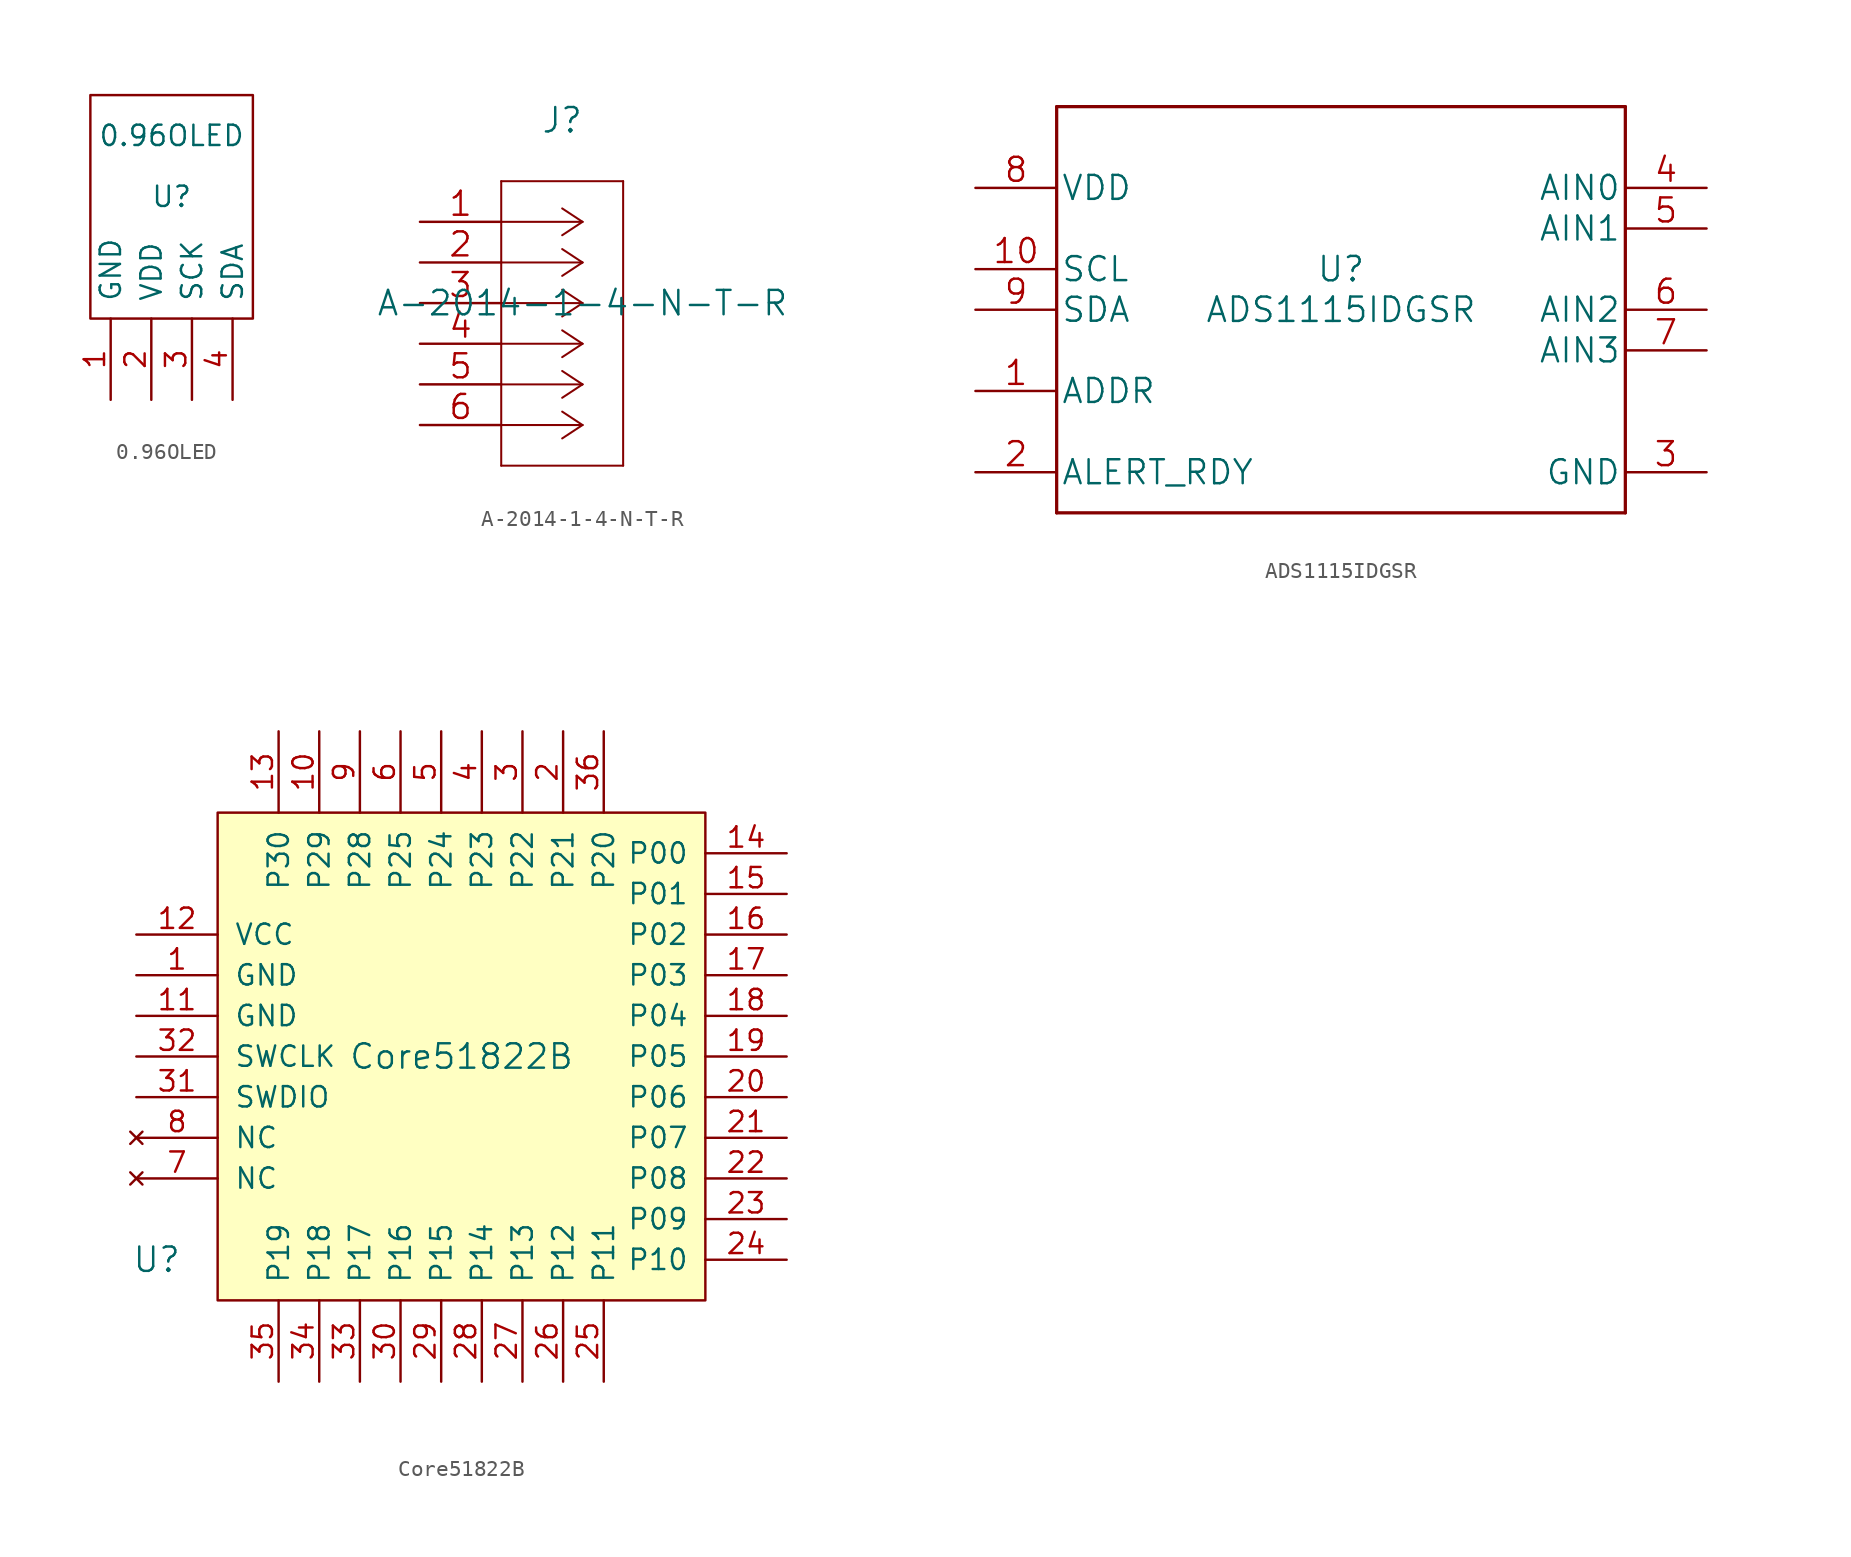
<source format=kicad_sym>
(kicad_symbol_lib
  (version 20220914)
  (generator kicad_symbol_editor)
  (symbol "0.96OLED"
    (pin_names
      (offset 1.016))
    (property "Reference" "U"
      (at 0 3.81 0)
      (effects (font (size 1.27 1.27))))
    (property "Value" "0.96OLED"
      (at 0 7.62 0)
      (effects (font (size 1.27 1.27))))
    (symbol "0.96OLED_0_1"
      (polyline (pts (xy -5.08 -3.81) (xy 5.08 -3.81) (xy 5.08 10.16) (xy -5.08 10.16) (xy -5.08 -3.81)) (stroke (width 0) (type solid)) (fill (type none))))
    (symbol "0.96OLED_1_1"
      (pin power_in line (at -3.81 -8.89 90) (length 5.08) (name "GND" (effects (font (size 1.27 1.27)))) (number "1" (effects (font (size 1.27 1.27)))))
      (pin power_in line (at -1.27 -8.89 90) (length 5.08) (name "VDD" (effects (font (size 1.27 1.27)))) (number "2" (effects (font (size 1.27 1.27)))))
      (pin bidirectional line (at 1.27 -8.89 90) (length 5.08) (name "SCK" (effects (font (size 1.27 1.27)))) (number "3" (effects (font (size 1.27 1.27)))))
      (pin bidirectional line (at 3.81 -8.89 90) (length 5.08) (name "SDA" (effects (font (size 1.27 1.27)))) (number "4" (effects (font (size 1.27 1.27)))))))
  (symbol "A-2014-1-4-N-T-R"
    (pin_names
      (offset 0.254) hide)
    (property "Reference" "J"
      (at 8.89 6.35 0)
      (effects (font (size 1.524 1.524))))
    (property "Value" "A-2014-1-4-N-T-R"
      (at 10.16 -5.08 0)
      (effects (font (size 1.524 1.524))))
    (property "Datasheet" ""
      (at 0 0 0)
      (effects (font (size 1.524 1.524))))
    (property "ki_locked" ""
      (at 0 0 0)
      (effects (font (size 1.27 1.27))))
    (symbol "A-2014-1-4-N-T-R_1_1"
      (polyline (pts (xy 5.08 -15.24) (xy 12.7 -15.24)) (stroke (width 0.127) (type solid)) (fill (type none)))
      (polyline (pts (xy 5.08 2.54) (xy 5.08 -15.24)) (stroke (width 0.127) (type solid)) (fill (type none)))
      (polyline (pts (xy 10.16 -12.7) (xy 5.08 -12.7)) (stroke (width 0.127) (type solid)) (fill (type none)))
      (polyline (pts (xy 10.16 -12.7) (xy 8.89 -13.538)) (stroke (width 0.127) (type solid)) (fill (type none)))
      (polyline (pts (xy 10.16 -12.7) (xy 8.89 -11.862)) (stroke (width 0.127) (type solid)) (fill (type none)))
      (polyline (pts (xy 10.16 -10.16) (xy 5.08 -10.16)) (stroke (width 0.127) (type solid)) (fill (type none)))
      (polyline (pts (xy 10.16 -10.16) (xy 8.89 -10.998)) (stroke (width 0.127) (type solid)) (fill (type none)))
      (polyline (pts (xy 10.16 -10.16) (xy 8.89 -9.322)) (stroke (width 0.127) (type solid)) (fill (type none)))
      (polyline (pts (xy 10.16 -7.62) (xy 5.08 -7.62)) (stroke (width 0.127) (type solid)) (fill (type none)))
      (polyline (pts (xy 10.16 -7.62) (xy 8.89 -8.458)) (stroke (width 0.127) (type solid)) (fill (type none)))
      (polyline (pts (xy 10.16 -7.62) (xy 8.89 -6.782)) (stroke (width 0.127) (type solid)) (fill (type none)))
      (polyline (pts (xy 10.16 -5.08) (xy 5.08 -5.08)) (stroke (width 0.127) (type solid)) (fill (type none)))
      (polyline (pts (xy 10.16 -5.08) (xy 8.89 -5.918)) (stroke (width 0.127) (type solid)) (fill (type none)))
      (polyline (pts (xy 10.16 -5.08) (xy 8.89 -4.242)) (stroke (width 0.127) (type solid)) (fill (type none)))
      (polyline (pts (xy 10.16 -2.54) (xy 5.08 -2.54)) (stroke (width 0.127) (type solid)) (fill (type none)))
      (polyline (pts (xy 10.16 -2.54) (xy 8.89 -3.378)) (stroke (width 0.127) (type solid)) (fill (type none)))
      (polyline (pts (xy 10.16 -2.54) (xy 8.89 -1.702)) (stroke (width 0.127) (type solid)) (fill (type none)))
      (polyline (pts (xy 10.16 0) (xy 5.08 0)) (stroke (width 0.127) (type solid)) (fill (type none)))
      (polyline (pts (xy 10.16 0) (xy 8.89 -0.838)) (stroke (width 0.127) (type solid)) (fill (type none)))
      (polyline (pts (xy 10.16 0) (xy 8.89 0.838)) (stroke (width 0.127) (type solid)) (fill (type none)))
      (polyline (pts (xy 12.7 -15.24) (xy 12.7 2.54)) (stroke (width 0.127) (type solid)) (fill (type none)))
      (polyline (pts (xy 12.7 2.54) (xy 5.08 2.54)) (stroke (width 0.127) (type solid)) (fill (type none)))
      (pin unspecified line (at 0 0 0) (length 5.08) (name "1" (effects (font (size 1.499 1.499)))) (number "1" (effects (font (size 1.499 1.499)))))
      (pin unspecified line (at 0 -2.54 0) (length 5.08) (name "2" (effects (font (size 1.499 1.499)))) (number "2" (effects (font (size 1.499 1.499)))))
      (pin unspecified line (at 0 -5.08 0) (length 5.08) (name "3" (effects (font (size 1.499 1.499)))) (number "3" (effects (font (size 1.499 1.499)))))
      (pin unspecified line (at 0 -7.62 0) (length 5.08) (name "4" (effects (font (size 1.499 1.499)))) (number "4" (effects (font (size 1.499 1.499)))))
      (pin unspecified line (at 0 -10.16 0) (length 5.08) (name "5" (effects (font (size 1.499 1.499)))) (number "5" (effects (font (size 1.499 1.499)))))
      (pin unspecified line (at 0 -12.7 0) (length 5.08) (name "6" (effects (font (size 1.499 1.499)))) (number "6" (effects (font (size 1.499 1.499)))))))
  (symbol "ADS1115IDGSR"
    (pin_names
      (offset 0.254))
    (property "Reference" "U"
      (at 0 2.54 0)
      (effects (font (size 1.524 1.524))))
    (property "Value" "ADS1115IDGSR"
      (at 0 0 0)
      (effects (font (size 1.524 1.524))))
    (property "Datasheet" ""
      (at 0 0 0)
      (effects (font (size 1.524 1.524))))
    (symbol "ADS1115IDGSR_1_1"
      (polyline (pts (xy -17.78 -12.7) (xy 17.78 -12.7)) (stroke (width 0.203) (type solid)) (fill (type none)))
      (polyline (pts (xy -17.78 12.7) (xy -17.78 -12.7)) (stroke (width 0.203) (type solid)) (fill (type none)))
      (polyline (pts (xy 17.78 -12.7) (xy 17.78 12.7)) (stroke (width 0.203) (type solid)) (fill (type none)))
      (polyline (pts (xy 17.78 12.7) (xy -17.78 12.7)) (stroke (width 0.203) (type solid)) (fill (type none)))
      (pin input line (at -22.86 -5.08 0) (length 5.08) (name "ADDR" (effects (font (size 1.499 1.499)))) (number "1" (effects (font (size 1.499 1.499)))))
      (pin input line (at -22.86 2.54 0) (length 5.08) (name "SCL" (effects (font (size 1.499 1.499)))) (number "10" (effects (font (size 1.499 1.499)))))
      (pin output line (at -22.86 -10.16 0) (length 5.08) (name "ALERT_RDY" (effects (font (size 1.499 1.499)))) (number "2" (effects (font (size 1.499 1.499)))))
      (pin power_in line (at 22.86 -10.16 180) (length 5.08) (name "GND" (effects (font (size 1.499 1.499)))) (number "3" (effects (font (size 1.499 1.499)))))
      (pin input line (at 22.86 7.62 180) (length 5.08) (name "AIN0" (effects (font (size 1.499 1.499)))) (number "4" (effects (font (size 1.499 1.499)))))
      (pin input line (at 22.86 5.08 180) (length 5.08) (name "AIN1" (effects (font (size 1.499 1.499)))) (number "5" (effects (font (size 1.499 1.499)))))
      (pin input line (at 22.86 0 180) (length 5.08) (name "AIN2" (effects (font (size 1.499 1.499)))) (number "6" (effects (font (size 1.499 1.499)))))
      (pin input line (at 22.86 -2.54 180) (length 5.08) (name "AIN3" (effects (font (size 1.499 1.499)))) (number "7" (effects (font (size 1.499 1.499)))))
      (pin power_in line (at -22.86 7.62 0) (length 5.08) (name "VDD" (effects (font (size 1.499 1.499)))) (number "8" (effects (font (size 1.499 1.499)))))
      (pin bidirectional line (at -22.86 0 0) (length 5.08) (name "SDA" (effects (font (size 1.499 1.499)))) (number "9" (effects (font (size 1.499 1.499)))))))
  (symbol "Core51822B"
    (pin_names
      (offset 1.016))
    (property "Reference" "U"
      (at -19.05 -12.7 0)
      (effects (font (size 1.524 1.524))))
    (property "Value" "Core51822B"
      (at 0 0 0)
      (effects (font (size 1.524 1.524))))
    (symbol "Core51822B_0_1"
      (rectangle (start -15.24 -15.24) (end 15.24 15.24) (stroke (width 0) (type solid)) (fill (type background))))
    (symbol "Core51822B_1_1"
      (pin power_in line (at -20.32 5.08 0) (length 5.08) (name "GND" (effects (font (size 1.27 1.27)))) (number "1" (effects (font (size 1.27 1.27)))))
      (pin bidirectional line (at -8.89 20.32 270) (length 5.08) (name "P29" (effects (font (size 1.27 1.27)))) (number "10" (effects (font (size 1.27 1.27)))))
      (pin power_in line (at -20.32 2.54 0) (length 5.08) (name "GND" (effects (font (size 1.27 1.27)))) (number "11" (effects (font (size 1.27 1.27)))))
      (pin power_in line (at -20.32 7.62 0) (length 5.08) (name "VCC" (effects (font (size 1.27 1.27)))) (number "12" (effects (font (size 1.27 1.27)))))
      (pin bidirectional line (at -11.43 20.32 270) (length 5.08) (name "P30" (effects (font (size 1.27 1.27)))) (number "13" (effects (font (size 1.27 1.27)))))
      (pin bidirectional line (at 20.32 12.7 180) (length 5.08) (name "P00" (effects (font (size 1.27 1.27)))) (number "14" (effects (font (size 1.27 1.27)))))
      (pin bidirectional line (at 20.32 10.16 180) (length 5.08) (name "P01" (effects (font (size 1.27 1.27)))) (number "15" (effects (font (size 1.27 1.27)))))
      (pin bidirectional line (at 20.32 7.62 180) (length 5.08) (name "P02" (effects (font (size 1.27 1.27)))) (number "16" (effects (font (size 1.27 1.27)))))
      (pin bidirectional line (at 20.32 5.08 180) (length 5.08) (name "P03" (effects (font (size 1.27 1.27)))) (number "17" (effects (font (size 1.27 1.27)))))
      (pin bidirectional line (at 20.32 2.54 180) (length 5.08) (name "P04" (effects (font (size 1.27 1.27)))) (number "18" (effects (font (size 1.27 1.27)))))
      (pin bidirectional line (at 20.32 0 180) (length 5.08) (name "P05" (effects (font (size 1.27 1.27)))) (number "19" (effects (font (size 1.27 1.27)))))
      (pin bidirectional line (at 6.35 20.32 270) (length 5.08) (name "P21" (effects (font (size 1.27 1.27)))) (number "2" (effects (font (size 1.27 1.27)))))
      (pin bidirectional line (at 20.32 -2.54 180) (length 5.08) (name "P06" (effects (font (size 1.27 1.27)))) (number "20" (effects (font (size 1.27 1.27)))))
      (pin bidirectional line (at 20.32 -5.08 180) (length 5.08) (name "P07" (effects (font (size 1.27 1.27)))) (number "21" (effects (font (size 1.27 1.27)))))
      (pin bidirectional line (at 20.32 -7.62 180) (length 5.08) (name "P08" (effects (font (size 1.27 1.27)))) (number "22" (effects (font (size 1.27 1.27)))))
      (pin bidirectional line (at 20.32 -10.16 180) (length 5.08) (name "P09" (effects (font (size 1.27 1.27)))) (number "23" (effects (font (size 1.27 1.27)))))
      (pin bidirectional line (at 20.32 -12.7 180) (length 5.08) (name "P10" (effects (font (size 1.27 1.27)))) (number "24" (effects (font (size 1.27 1.27)))))
      (pin bidirectional line (at 8.89 -20.32 90) (length 5.08) (name "P11" (effects (font (size 1.27 1.27)))) (number "25" (effects (font (size 1.27 1.27)))))
      (pin bidirectional line (at 6.35 -20.32 90) (length 5.08) (name "P12" (effects (font (size 1.27 1.27)))) (number "26" (effects (font (size 1.27 1.27)))))
      (pin bidirectional line (at 3.81 -20.32 90) (length 5.08) (name "P13" (effects (font (size 1.27 1.27)))) (number "27" (effects (font (size 1.27 1.27)))))
      (pin bidirectional line (at 1.27 -20.32 90) (length 5.08) (name "P14" (effects (font (size 1.27 1.27)))) (number "28" (effects (font (size 1.27 1.27)))))
      (pin bidirectional line (at -1.27 -20.32 90) (length 5.08) (name "P15" (effects (font (size 1.27 1.27)))) (number "29" (effects (font (size 1.27 1.27)))))
      (pin bidirectional line (at 3.81 20.32 270) (length 5.08) (name "P22" (effects (font (size 1.27 1.27)))) (number "3" (effects (font (size 1.27 1.27)))))
      (pin bidirectional line (at -3.81 -20.32 90) (length 5.08) (name "P16" (effects (font (size 1.27 1.27)))) (number "30" (effects (font (size 1.27 1.27)))))
      (pin bidirectional line (at -20.32 -2.54 0) (length 5.08) (name "SWDIO" (effects (font (size 1.27 1.27)))) (number "31" (effects (font (size 1.27 1.27)))))
      (pin bidirectional line (at -20.32 0 0) (length 5.08) (name "SWCLK" (effects (font (size 1.27 1.27)))) (number "32" (effects (font (size 1.27 1.27)))))
      (pin bidirectional line (at -6.35 -20.32 90) (length 5.08) (name "P17" (effects (font (size 1.27 1.27)))) (number "33" (effects (font (size 1.27 1.27)))))
      (pin bidirectional line (at -8.89 -20.32 90) (length 5.08) (name "P18" (effects (font (size 1.27 1.27)))) (number "34" (effects (font (size 1.27 1.27)))))
      (pin bidirectional line (at -11.43 -20.32 90) (length 5.08) (name "P19" (effects (font (size 1.27 1.27)))) (number "35" (effects (font (size 1.27 1.27)))))
      (pin bidirectional line (at 8.89 20.32 270) (length 5.08) (name "P20" (effects (font (size 1.27 1.27)))) (number "36" (effects (font (size 1.27 1.27)))))
      (pin bidirectional line (at 1.27 20.32 270) (length 5.08) (name "P23" (effects (font (size 1.27 1.27)))) (number "4" (effects (font (size 1.27 1.27)))))
      (pin bidirectional line (at -1.27 20.32 270) (length 5.08) (name "P24" (effects (font (size 1.27 1.27)))) (number "5" (effects (font (size 1.27 1.27)))))
      (pin bidirectional line (at -3.81 20.32 270) (length 5.08) (name "P25" (effects (font (size 1.27 1.27)))) (number "6" (effects (font (size 1.27 1.27)))))
      (pin no_connect line (at -20.32 -7.62 0) (length 5.08) (name "NC" (effects (font (size 1.27 1.27)))) (number "7" (effects (font (size 1.27 1.27)))))
      (pin no_connect line (at -20.32 -5.08 0) (length 5.08) (name "NC" (effects (font (size 1.27 1.27)))) (number "8" (effects (font (size 1.27 1.27)))))
      (pin bidirectional line (at -6.35 20.32 270) (length 5.08) (name "P28" (effects (font (size 1.27 1.27)))) (number "9" (effects (font (size 1.27 1.27))))))))
</source>
